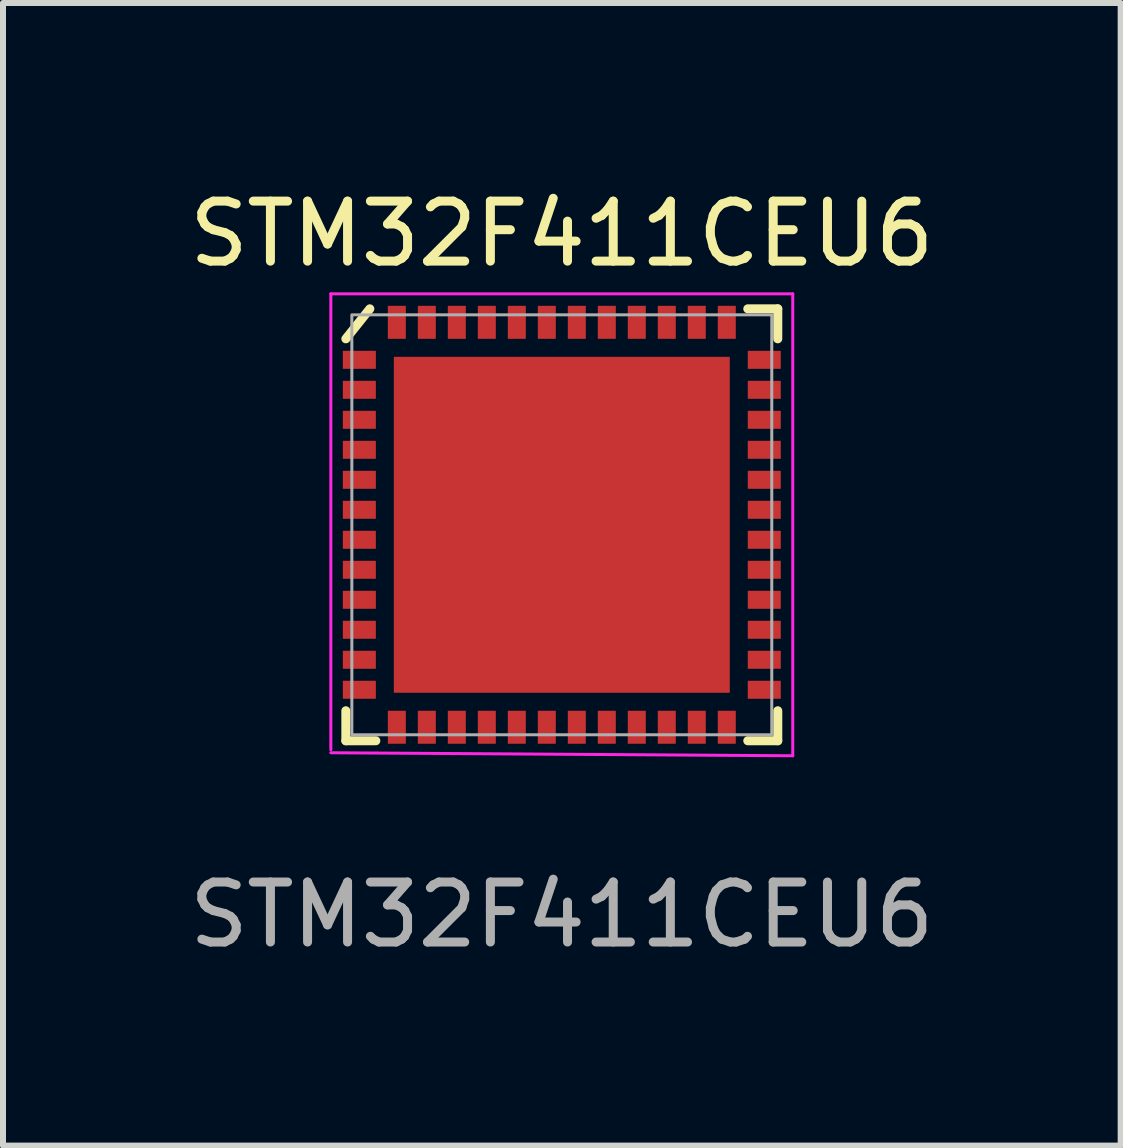
<source format=kicad_pcb>
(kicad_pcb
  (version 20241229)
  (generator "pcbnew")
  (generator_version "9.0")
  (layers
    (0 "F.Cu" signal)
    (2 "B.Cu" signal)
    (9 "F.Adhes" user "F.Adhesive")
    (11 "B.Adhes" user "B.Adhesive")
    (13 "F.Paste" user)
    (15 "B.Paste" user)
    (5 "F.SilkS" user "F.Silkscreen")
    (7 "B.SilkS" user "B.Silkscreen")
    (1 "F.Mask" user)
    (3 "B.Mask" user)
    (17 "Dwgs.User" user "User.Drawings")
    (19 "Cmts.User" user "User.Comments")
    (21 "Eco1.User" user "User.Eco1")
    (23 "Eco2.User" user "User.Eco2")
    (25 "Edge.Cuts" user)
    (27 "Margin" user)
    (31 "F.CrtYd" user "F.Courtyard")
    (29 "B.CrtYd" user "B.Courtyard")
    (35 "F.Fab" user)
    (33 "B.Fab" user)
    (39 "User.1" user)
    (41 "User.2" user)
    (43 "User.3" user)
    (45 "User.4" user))
  (footprint "STM32F411CEU6"
    (layer "F.Cu")
    (at 6.315 5.698)
    (property "Reference" "STM32F411CEU6" (at 0 -4.85 0) (unlocked yes) (layer "F.SilkS") (effects (font (size 1 1) (thickness 0.15))))
    (attr smd)
    (fp_line (start -3.6 -3.1) (end -3.2 -3.6) (stroke (width 0.15) (type default)) (layer "F.SilkS"))
    (fp_line (start -3.6 3.1) (end -3.6 3.6) (stroke (width 0.15) (type default)) (layer "F.SilkS"))
    (fp_line (start -3.6 3.6) (end -3.1 3.6) (stroke (width 0.15) (type default)) (layer "F.SilkS"))
    (fp_line (start 3.1 -3.6) (end 3.6 -3.6) (stroke (width 0.15) (type default)) (layer "F.SilkS"))
    (fp_line (start 3.1 3.6) (end 3.6 3.6) (stroke (width 0.15) (type default)) (layer "F.SilkS"))
    (fp_line (start 3.6 -3.6) (end 3.6 -3.1) (stroke (width 0.15) (type default)) (layer "F.SilkS"))
    (fp_line (start 3.6 3.6) (end 3.6 3.1) (stroke (width 0.15) (type default)) (layer "F.SilkS"))
    (fp_line (start -3.85 -3.85) (end 3.85 -3.85) (stroke (width 0.05) (type default)) (layer "F.CrtYd"))
    (fp_line (start -3.85 3.75) (end -3.85 -3.85) (stroke (width 0.05) (type default)) (layer "F.CrtYd"))
    (fp_line (start 3.85 -3.85) (end 3.85 3.85) (stroke (width 0.05) (type default)) (layer "F.CrtYd"))
    (fp_line (start 3.85 3.85) (end -3.85 3.8) (stroke (width 0.05) (type default)) (layer "F.CrtYd"))
    (fp_rect (start -3.5 -3.5) (end 3.5 3.5) (stroke (width 0.05) (type default)) (fill no) (layer "F.Fab"))
    (fp_text user "${REFERENCE}" (at 0 6.5 0) (unlocked yes) (layer "F.Fab") (effects (font (size 1 1) (thickness 0.15))))
    (pad "1" smd rect (at -3.375 -2.75) (size 0.55 0.3) (layers "F.Cu" "F.Paste"))
    (pad "2" smd rect (at -3.375 -2.25) (size 0.55 0.3) (layers "F.Cu" "F.Paste"))
    (pad "3" smd rect (at -3.375 -1.75) (size 0.55 0.3) (layers "F.Cu" "F.Paste"))
    (pad "4" smd rect (at -3.375 -1.25) (size 0.55 0.3) (layers "F.Cu" "F.Paste"))
    (pad "5" smd rect (at -3.375 -0.75) (size 0.55 0.3) (layers "F.Cu" "F.Paste"))
    (pad "6" smd rect (at -3.375 -0.25) (size 0.55 0.3) (layers "F.Cu" "F.Paste"))
    (pad "7" smd rect (at -3.375 0.25) (size 0.55 0.3) (layers "F.Cu" "F.Paste"))
    (pad "8" smd rect (at -3.375 0.75) (size 0.55 0.3) (layers "F.Cu" "F.Paste"))
    (pad "9" smd rect (at -3.375 1.25) (size 0.55 0.3) (layers "F.Cu" "F.Paste"))
    (pad "10" smd rect (at -3.375 1.75) (size 0.55 0.3) (layers "F.Cu" "F.Paste"))
    (pad "11" smd rect (at -3.375 2.25) (size 0.55 0.3) (layers "F.Cu" "F.Paste"))
    (pad "12" smd rect (at -3.375 2.75) (size 0.55 0.3) (layers "F.Cu" "F.Paste"))
    (pad "13" smd rect (at -2.75 3.375 90) (size 0.55 0.3) (layers "F.Cu" "F.Paste"))
    (pad "14" smd rect (at -2.25 3.375 90) (size 0.55 0.3) (layers "F.Cu" "F.Paste"))
    (pad "15" smd rect (at -1.75 3.375 90) (size 0.55 0.3) (layers "F.Cu" "F.Paste"))
    (pad "16" smd rect (at -1.25 3.375 90) (size 0.55 0.3) (layers "F.Cu" "F.Paste"))
    (pad "17" smd rect (at -0.75 3.375 90) (size 0.55 0.3) (layers "F.Cu" "F.Paste"))
    (pad "18" smd rect (at -0.25 3.375 90) (size 0.55 0.3) (layers "F.Cu" "F.Paste"))
    (pad "19" smd rect (at 0.25 3.375 90) (size 0.55 0.3) (layers "F.Cu" "F.Paste"))
    (pad "20" smd rect (at 0.75 3.375 90) (size 0.55 0.3) (layers "F.Cu" "F.Paste"))
    (pad "21" smd rect (at 1.25 3.375 90) (size 0.55 0.3) (layers "F.Cu" "F.Paste"))
    (pad "22" smd rect (at 1.75 3.375 90) (size 0.55 0.3) (layers "F.Cu" "F.Paste"))
    (pad "23" smd rect (at 2.25 3.375 90) (size 0.55 0.3) (layers "F.Cu" "F.Paste"))
    (pad "24" smd rect (at 2.75 3.375 90) (size 0.55 0.3) (layers "F.Cu" "F.Paste"))
    (pad "25" smd rect (at 3.375 2.75 180) (size 0.55 0.3) (layers "F.Cu" "F.Paste"))
    (pad "26" smd rect (at 3.375 2.25 180) (size 0.55 0.3) (layers "F.Cu" "F.Paste"))
    (pad "27" smd rect (at 3.375 1.75 180) (size 0.55 0.3) (layers "F.Cu" "F.Paste"))
    (pad "28" smd rect (at 3.375 1.25 180) (size 0.55 0.3) (layers "F.Cu" "F.Paste"))
    (pad "29" smd rect (at 3.375 0.75 180) (size 0.55 0.3) (layers "F.Cu" "F.Paste"))
    (pad "30" smd rect (at 3.375 0.25 180) (size 0.55 0.3) (layers "F.Cu" "F.Paste"))
    (pad "31" smd rect (at 3.375 -0.25 180) (size 0.55 0.3) (layers "F.Cu" "F.Paste"))
    (pad "32" smd rect (at 3.375 -0.75 180) (size 0.55 0.3) (layers "F.Cu" "F.Paste"))
    (pad "33" smd rect (at 3.375 -1.25 180) (size 0.55 0.3) (layers "F.Cu" "F.Paste"))
    (pad "34" smd rect (at 3.375 -1.75 180) (size 0.55 0.3) (layers "F.Cu" "F.Paste"))
    (pad "35" smd rect (at 3.375 -2.25 180) (size 0.55 0.3) (layers "F.Cu" "F.Paste"))
    (pad "36" smd rect (at 3.375 -2.75 180) (size 0.55 0.3) (layers "F.Cu" "F.Paste"))
    (pad "37" smd rect (at 2.75 -3.375 270) (size 0.55 0.3) (layers "F.Cu" "F.Paste"))
    (pad "38" smd rect (at 2.25 -3.375 270) (size 0.55 0.3) (layers "F.Cu" "F.Paste"))
    (pad "39" smd rect (at 1.75 -3.375 270) (size 0.55 0.3) (layers "F.Cu" "F.Paste"))
    (pad "40" smd rect (at 1.25 -3.375 270) (size 0.55 0.3) (layers "F.Cu" "F.Paste"))
    (pad "41" smd rect (at 0.75 -3.375 270) (size 0.55 0.3) (layers "F.Cu" "F.Paste"))
    (pad "42" smd rect (at 0.25 -3.375 270) (size 0.55 0.3) (layers "F.Cu" "F.Paste"))
    (pad "43" smd rect (at -0.25 -3.375 270) (size 0.55 0.3) (layers "F.Cu" "F.Paste"))
    (pad "44" smd rect (at -0.75 -3.375 270) (size 0.55 0.3) (layers "F.Cu" "F.Paste"))
    (pad "45" smd rect (at -1.25 -3.375 270) (size 0.55 0.3) (layers "F.Cu" "F.Paste"))
    (pad "46" smd rect (at -1.75 -3.375 270) (size 0.55 0.3) (layers "F.Cu" "F.Paste"))
    (pad "47" smd rect (at -2.25 -3.375 270) (size 0.55 0.3) (layers "F.Cu" "F.Paste"))
    (pad "48" smd rect (at -2.75 -3.375 270) (size 0.55 0.3) (layers "F.Cu" "F.Paste"))
    (pad "49" smd rect (at 0 0) (size 5.6 5.6) (layers "F.Cu" "F.Paste")))
  (gr_rect
    (start -3 -3)
    (end 15.631 16.047)
    (stroke (width 0.1) (type default))
    (fill no)
    (layer "Edge.Cuts")))
</source>
